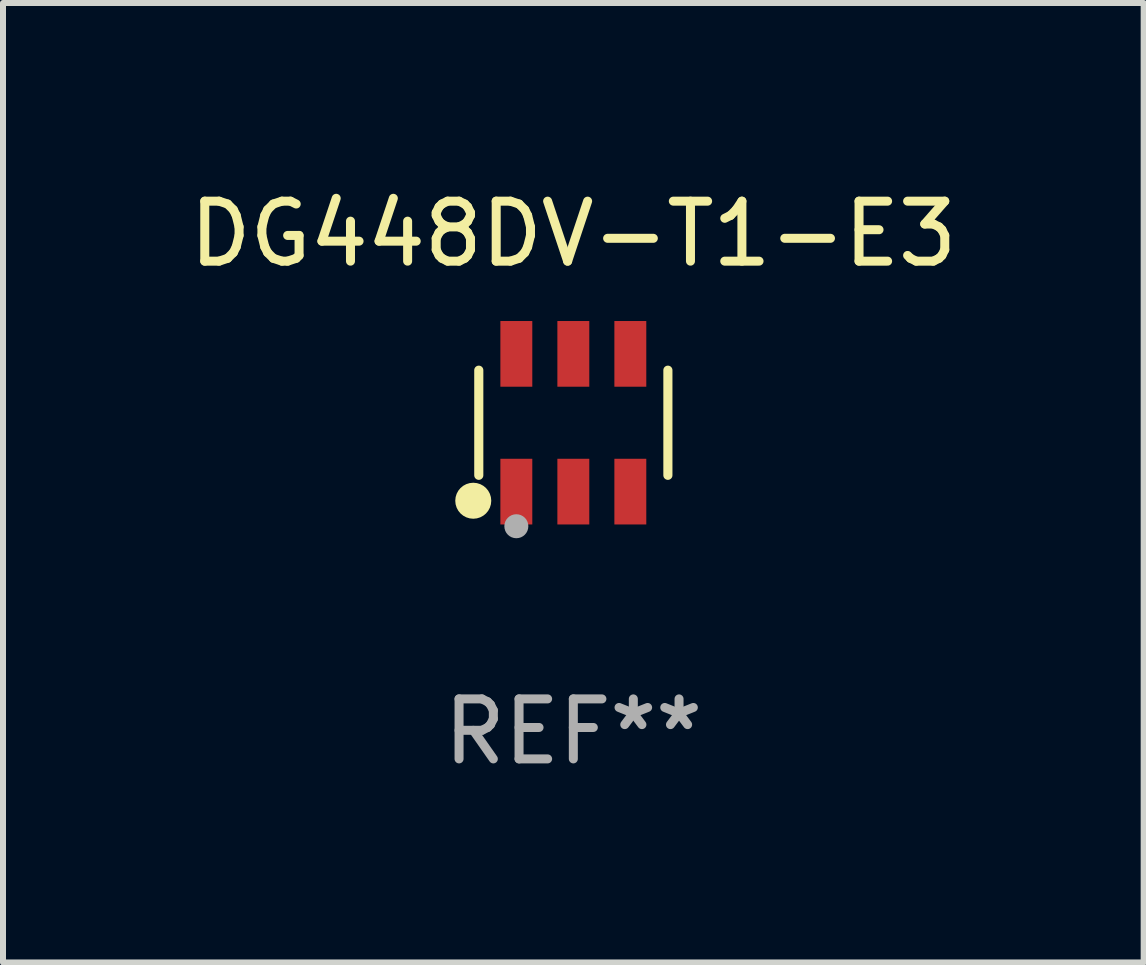
<source format=kicad_pcb>
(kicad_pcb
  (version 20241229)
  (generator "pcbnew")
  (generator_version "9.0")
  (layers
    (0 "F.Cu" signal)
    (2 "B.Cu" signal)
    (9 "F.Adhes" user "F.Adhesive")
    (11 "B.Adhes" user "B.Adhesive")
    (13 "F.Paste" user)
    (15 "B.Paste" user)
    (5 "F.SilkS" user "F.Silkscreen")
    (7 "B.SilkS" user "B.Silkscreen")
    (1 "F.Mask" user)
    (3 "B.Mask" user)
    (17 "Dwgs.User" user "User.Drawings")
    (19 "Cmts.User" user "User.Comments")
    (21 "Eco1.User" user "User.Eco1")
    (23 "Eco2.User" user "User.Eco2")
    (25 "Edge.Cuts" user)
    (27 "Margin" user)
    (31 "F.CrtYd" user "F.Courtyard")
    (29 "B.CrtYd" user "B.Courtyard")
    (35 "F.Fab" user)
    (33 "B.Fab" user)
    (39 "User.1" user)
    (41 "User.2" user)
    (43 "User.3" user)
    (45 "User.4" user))
  (footprint "DG448DV-T1-E3"
    (layer "F.Cu")
    (at 6.506 3.996)
    (property "Reference" "DG448DV-T1-E3" (at 0 -3.148 0) (layer "F.SilkS") (effects (font (size 1 1) (thickness 0.15))))
    (attr through_hole)
    (fp_line (start -1.576 0.876) (end -1.576 -0.876) (stroke (width 0.152) (type solid)) (layer "F.SilkS"))
    (fp_line (start 1.576 0.876) (end 1.576 -0.876) (stroke (width 0.152) (type solid)) (layer "F.SilkS"))
    (fp_circle (center -1.668 1.3) (end -1.518 1.3) (stroke (width 0.3) (type solid)) (fill no) (layer "F.SilkS"))
    (fp_circle (center -1.5 1.425) (end -1.47 1.425) (stroke (width 0.06) (type solid)) (fill no) (layer "F.SilkS"))
    (fp_circle (center -0.95 1.725) (end -0.85 1.725) (stroke (width 0.2) (type solid)) (fill no) (layer "F.Fab"))
    (fp_text user "REF**" (at 0 5.148 0) (layer "F.Fab") (effects (font (size 1 1) (thickness 0.15))))
    (pad "1" smd rect (at -0.95 1.148) (size 0.532 1.095) (layers "F.Cu" "F.Mask" "F.Paste"))
    (pad "2" smd rect (at 0 1.148) (size 0.532 1.095) (layers "F.Cu" "F.Mask" "F.Paste"))
    (pad "3" smd rect (at 0.95 1.148) (size 0.532 1.095) (layers "F.Cu" "F.Mask" "F.Paste"))
    (pad "4" smd rect (at 0.95 -1.148) (size 0.532 1.095) (layers "F.Cu" "F.Mask" "F.Paste"))
    (pad "5" smd rect (at 0 -1.148) (size 0.532 1.095) (layers "F.Cu" "F.Mask" "F.Paste"))
    (pad "6" smd rect (at -0.95 -1.148) (size 0.532 1.095) (layers "F.Cu" "F.Mask" "F.Paste")))
  (gr_rect
    (start -3 -3)
    (end 16.012 12.992)
    (stroke (width 0.1) (type default))
    (fill no)
    (layer "Edge.Cuts")))
</source>
